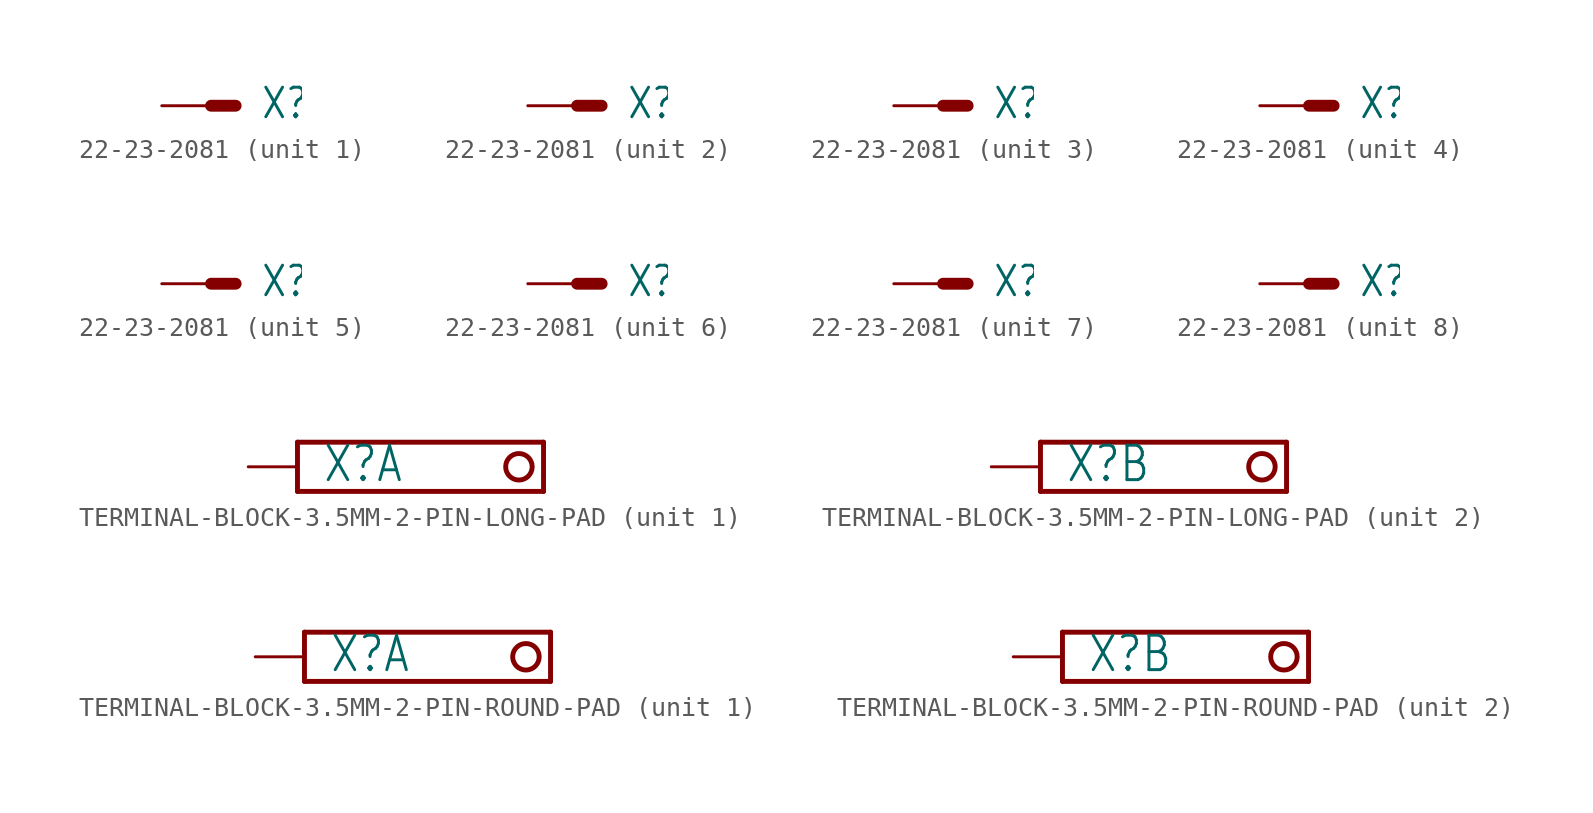
<source format=kicad_sym>
(kicad_symbol_lib
  (version 20241209)
  (generator "kicad_symbol_editor")
  (generator_version "9.0")
  (symbol "22-23-2081"
    (property "Reference" "X"
      (at 2.54 -0.762 0)
      (effects (font (size 1.524 1.295)) (justify left bottom)))
    (property "ki_locked" ""
      (at 0 0 0)
      (effects (font (size 1.27 1.27))))
    (symbol "22-23-2081_1_0"
      (polyline (pts (xy 1.27 0) (xy 0 0)) (stroke (width 0.61) (type solid)) (fill (type none)))
      (pin passive line (at -2.54 0 0) (length 2.54) (name "S" (effects (font (size 0 0)))) (number "1" (effects (font (size 0 0))))))
    (symbol "22-23-2081_2_0"
      (polyline (pts (xy 1.27 0) (xy 0 0)) (stroke (width 0.61) (type solid)) (fill (type none)))
      (pin passive line (at -2.54 0 0) (length 2.54) (name "S" (effects (font (size 0 0)))) (number "2" (effects (font (size 0 0))))))
    (symbol "22-23-2081_3_0"
      (polyline (pts (xy 1.27 0) (xy 0 0)) (stroke (width 0.61) (type solid)) (fill (type none)))
      (pin passive line (at -2.54 0 0) (length 2.54) (name "S" (effects (font (size 0 0)))) (number "3" (effects (font (size 0 0))))))
    (symbol "22-23-2081_4_0"
      (polyline (pts (xy 1.27 0) (xy 0 0)) (stroke (width 0.61) (type solid)) (fill (type none)))
      (pin passive line (at -2.54 0 0) (length 2.54) (name "S" (effects (font (size 0 0)))) (number "4" (effects (font (size 0 0))))))
    (symbol "22-23-2081_5_0"
      (polyline (pts (xy 1.27 0) (xy 0 0)) (stroke (width 0.61) (type solid)) (fill (type none)))
      (pin passive line (at -2.54 0 0) (length 2.54) (name "S" (effects (font (size 0 0)))) (number "5" (effects (font (size 0 0))))))
    (symbol "22-23-2081_6_0"
      (polyline (pts (xy 1.27 0) (xy 0 0)) (stroke (width 0.61) (type solid)) (fill (type none)))
      (pin passive line (at -2.54 0 0) (length 2.54) (name "S" (effects (font (size 0 0)))) (number "6" (effects (font (size 0 0))))))
    (symbol "22-23-2081_7_0"
      (polyline (pts (xy 1.27 0) (xy 0 0)) (stroke (width 0.61) (type solid)) (fill (type none)))
      (pin passive line (at -2.54 0 0) (length 2.54) (name "S" (effects (font (size 0 0)))) (number "7" (effects (font (size 0 0))))))
    (symbol "22-23-2081_8_0"
      (polyline (pts (xy 1.27 0) (xy 0 0)) (stroke (width 0.61) (type solid)) (fill (type none)))
      (pin passive line (at -2.54 0 0) (length 2.54) (name "S" (effects (font (size 0 0)))) (number "8" (effects (font (size 0 0)))))))
  (symbol "TERMINAL-BLOCK-3.5MM-2-PIN-LONG-PAD"
    (property "Reference" "X"
      (at 1.27 -0.889 0)
      (effects (font (size 1.778 1.511)) (justify left bottom)))
    (property "Value" ""
      (at 13.97 -0.889 0)
      (effects (font (size 1.778 1.511)) (justify left bottom)))
    (property "ki_locked" ""
      (at 0 0 0)
      (effects (font (size 1.27 1.27))))
    (symbol "TERMINAL-BLOCK-3.5MM-2-PIN-LONG-PAD_1_0"
      (polyline (pts (xy 0 1.27) (xy 12.7 1.27)) (stroke (width 0.254) (type solid)) (fill (type none)))
      (polyline (pts (xy 0 -1.27) (xy 0 1.27)) (stroke (width 0.254) (type solid)) (fill (type none)))
      (circle (center 11.43 0) (radius 0.684) (stroke (width 0.254) (type solid)) (fill (type none)))
      (polyline (pts (xy 12.7 -1.27) (xy 0 -1.27)) (stroke (width 0.254) (type solid)) (fill (type none)))
      (polyline (pts (xy 12.7 -1.27) (xy 12.7 1.27)) (stroke (width 0.254) (type solid)) (fill (type none)))
      (pin passive line (at -2.54 0 0) (length 2.54) (name "K" (effects (font (size 0 0)))) (number "1" (effects (font (size 0 0))))))
    (symbol "TERMINAL-BLOCK-3.5MM-2-PIN-LONG-PAD_2_0"
      (polyline (pts (xy 0 1.27) (xy 12.7 1.27)) (stroke (width 0.254) (type solid)) (fill (type none)))
      (polyline (pts (xy 0 -1.27) (xy 0 1.27)) (stroke (width 0.254) (type solid)) (fill (type none)))
      (circle (center 11.43 0) (radius 0.684) (stroke (width 0.254) (type solid)) (fill (type none)))
      (polyline (pts (xy 12.7 -1.27) (xy 0 -1.27)) (stroke (width 0.254) (type solid)) (fill (type none)))
      (polyline (pts (xy 12.7 -1.27) (xy 12.7 1.27)) (stroke (width 0.254) (type solid)) (fill (type none)))
      (pin passive line (at -2.54 0 0) (length 2.54) (name "K" (effects (font (size 0 0)))) (number "2" (effects (font (size 0 0)))))))
  (symbol "TERMINAL-BLOCK-3.5MM-2-PIN-ROUND-PAD"
    (property "Reference" "X"
      (at 1.27 -0.889 0)
      (effects (font (size 1.778 1.511)) (justify left bottom)))
    (property "Value" ""
      (at 13.97 -0.889 0)
      (effects (font (size 1.778 1.511)) (justify left bottom)))
    (property "ki_locked" ""
      (at 0 0 0)
      (effects (font (size 1.27 1.27))))
    (symbol "TERMINAL-BLOCK-3.5MM-2-PIN-ROUND-PAD_1_0"
      (polyline (pts (xy 0 1.27) (xy 12.7 1.27)) (stroke (width 0.254) (type solid)) (fill (type none)))
      (polyline (pts (xy 0 -1.27) (xy 0 1.27)) (stroke (width 0.254) (type solid)) (fill (type none)))
      (circle (center 11.43 0) (radius 0.684) (stroke (width 0.254) (type solid)) (fill (type none)))
      (polyline (pts (xy 12.7 -1.27) (xy 0 -1.27)) (stroke (width 0.254) (type solid)) (fill (type none)))
      (polyline (pts (xy 12.7 -1.27) (xy 12.7 1.27)) (stroke (width 0.254) (type solid)) (fill (type none)))
      (pin passive line (at -2.54 0 0) (length 2.54) (name "K" (effects (font (size 0 0)))) (number "1" (effects (font (size 0 0))))))
    (symbol "TERMINAL-BLOCK-3.5MM-2-PIN-ROUND-PAD_2_0"
      (polyline (pts (xy 0 1.27) (xy 12.7 1.27)) (stroke (width 0.254) (type solid)) (fill (type none)))
      (polyline (pts (xy 0 -1.27) (xy 0 1.27)) (stroke (width 0.254) (type solid)) (fill (type none)))
      (circle (center 11.43 0) (radius 0.684) (stroke (width 0.254) (type solid)) (fill (type none)))
      (polyline (pts (xy 12.7 -1.27) (xy 0 -1.27)) (stroke (width 0.254) (type solid)) (fill (type none)))
      (polyline (pts (xy 12.7 -1.27) (xy 12.7 1.27)) (stroke (width 0.254) (type solid)) (fill (type none)))
      (pin passive line (at -2.54 0 0) (length 2.54) (name "K" (effects (font (size 0 0)))) (number "2" (effects (font (size 0 0))))))))
</source>
